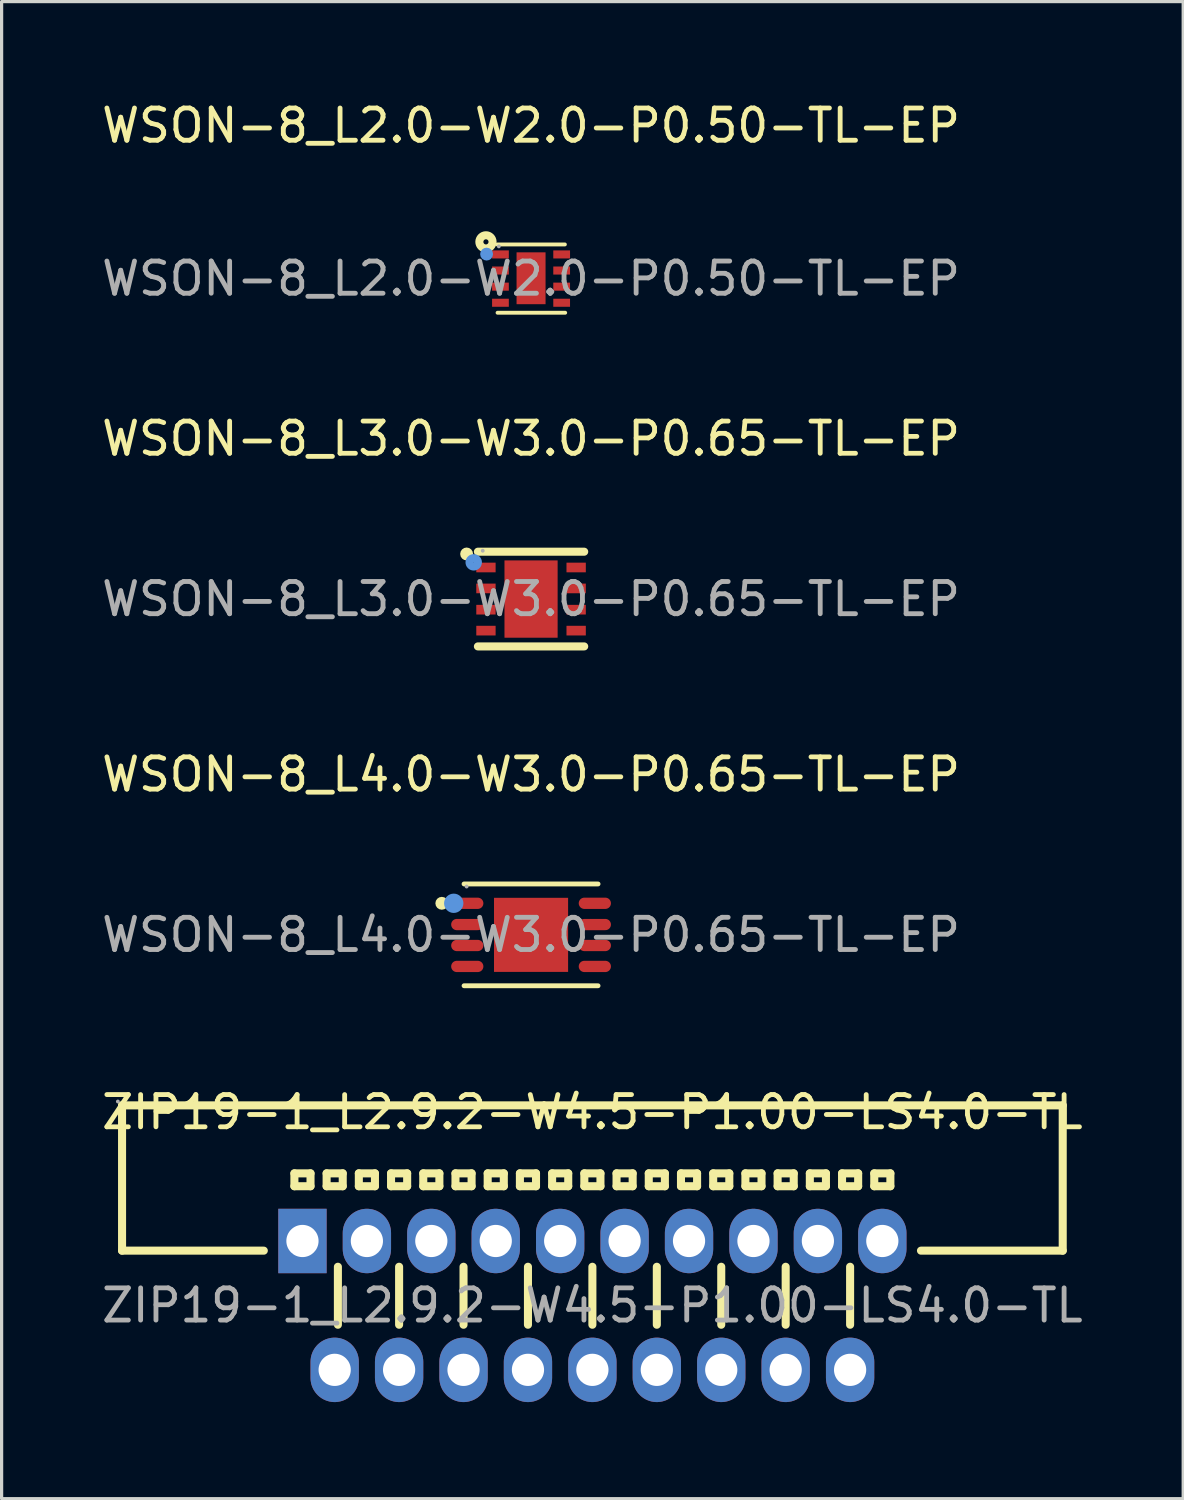
<source format=kicad_pcb>
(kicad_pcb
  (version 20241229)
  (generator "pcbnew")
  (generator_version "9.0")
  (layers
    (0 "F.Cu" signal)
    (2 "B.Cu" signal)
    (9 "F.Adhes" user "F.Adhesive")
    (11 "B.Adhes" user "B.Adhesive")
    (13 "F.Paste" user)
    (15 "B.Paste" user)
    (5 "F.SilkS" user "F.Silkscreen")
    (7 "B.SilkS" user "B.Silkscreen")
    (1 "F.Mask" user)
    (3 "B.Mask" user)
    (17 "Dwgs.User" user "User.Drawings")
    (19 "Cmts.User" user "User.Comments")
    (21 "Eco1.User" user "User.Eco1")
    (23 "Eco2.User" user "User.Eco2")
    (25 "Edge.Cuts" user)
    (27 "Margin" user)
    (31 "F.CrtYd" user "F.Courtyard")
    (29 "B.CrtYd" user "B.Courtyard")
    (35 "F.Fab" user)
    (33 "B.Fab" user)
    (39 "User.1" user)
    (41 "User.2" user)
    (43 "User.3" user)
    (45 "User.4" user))
  (footprint "WSON-8_L4.0-W3.0-P0.65-TL-EP"
    (layer "F.Cu")
    (at 13.435 25.97)
    (property "Reference" "WSON-8_L4.0-W3.0-P0.65-TL-EP" (at 0 -4.98 0) (layer "F.SilkS") (effects (font (size 1 1) (thickness 0.15))))
    (attr through_hole)
    (fp_line (start -2.08 -1.58) (end 2.08 -1.58) (stroke (width 0.15) (type solid)) (layer "F.SilkS"))
    (fp_line (start 2.08 1.58) (end -2.08 1.58) (stroke (width 0.15) (type solid)) (layer "F.SilkS"))
    (fp_circle (center -2.77 -0.98) (end -2.67 -0.98) (stroke (width 0.2) (type solid)) (fill no) (layer "F.SilkS"))
    (fp_circle (center -2.4 -0.98) (end -2.25 -0.98) (stroke (width 0.3) (type solid)) (fill no) (layer "Cmts.User"))
    (fp_circle (center -2 -1.5) (end -1.97 -1.5) (stroke (width 0.06) (type solid)) (fill no) (layer "F.Fab"))
    (fp_text user "${REFERENCE}" (at 0 0 0) (layer "F.Fab") (effects (font (size 1 1) (thickness 0.15))))
    (pad "1" smd oval (at -1.98 -0.98 270) (size 0.35 1) (layers "F.Cu" "F.Mask" "F.Paste"))
    (pad "2" smd oval (at -1.98 -0.32 270) (size 0.35 1) (layers "F.Cu" "F.Mask" "F.Paste"))
    (pad "3" smd oval (at -1.98 0.33 270) (size 0.35 1) (layers "F.Cu" "F.Mask" "F.Paste"))
    (pad "4" smd oval (at -1.98 0.98 270) (size 0.35 1) (layers "F.Cu" "F.Mask" "F.Paste"))
    (pad "5" smd oval (at 1.98 0.98 270) (size 0.35 1) (layers "F.Cu" "F.Mask" "F.Paste"))
    (pad "6" smd oval (at 1.98 0.33 270) (size 0.35 1) (layers "F.Cu" "F.Mask" "F.Paste"))
    (pad "7" smd oval (at 1.98 -0.32 270) (size 0.35 1) (layers "F.Cu" "F.Mask" "F.Paste"))
    (pad "8" smd oval (at 1.98 -0.98 270) (size 0.35 1) (layers "F.Cu" "F.Mask" "F.Paste"))
    (pad "9" smd rect (at 0 0) (size 2.3 2.3) (layers "F.Cu" "F.Mask" "F.Paste")))
  (footprint "WSON-8_L3.0-W3.0-P0.65-TL-EP"
    (layer "F.Cu")
    (at 13.435 15.546)
    (property "Reference" "WSON-8_L3.0-W3.0-P0.65-TL-EP" (at 0 -4.98 0) (layer "F.SilkS") (effects (font (size 1 1) (thickness 0.15))))
    (attr through_hole)
    (fp_line (start -1.65 -1.47) (end 1.65 -1.47) (stroke (width 0.25) (type solid)) (layer "F.SilkS"))
    (fp_line (start 1.65 1.47) (end -1.65 1.47) (stroke (width 0.25) (type solid)) (layer "F.SilkS"))
    (fp_arc (start -2 -1.4) (mid -2 -1.4) (end -2 -1.4) (stroke (width 0.2) (type solid)) (layer "F.SilkS"))
    (fp_circle (center -1.78 -1.14) (end -1.65 -1.14) (stroke (width 0.25) (type solid)) (fill no) (layer "Cmts.User"))
    (fp_circle (center -1.5 -1.5) (end -1.47 -1.5) (stroke (width 0.06) (type solid)) (fill no) (layer "F.Fab"))
    (fp_text user "${REFERENCE}" (at 0 0 0) (layer "F.Fab") (effects (font (size 1 1) (thickness 0.15))))
    (pad "1" smd rect (at -1.4 -0.98 270) (size 0.3 0.6) (layers "F.Cu" "F.Mask" "F.Paste"))
    (pad "2" smd rect (at -1.4 -0.33 270) (size 0.3 0.6) (layers "F.Cu" "F.Mask" "F.Paste"))
    (pad "3" smd rect (at -1.4 0.33 270) (size 0.3 0.6) (layers "F.Cu" "F.Mask" "F.Paste"))
    (pad "4" smd rect (at -1.4 0.98 270) (size 0.3 0.6) (layers "F.Cu" "F.Mask" "F.Paste"))
    (pad "5" smd rect (at 1.4 0.98 90) (size 0.3 0.6) (layers "F.Cu" "F.Mask" "F.Paste"))
    (pad "6" smd rect (at 1.4 0.33 90) (size 0.3 0.6) (layers "F.Cu" "F.Mask" "F.Paste"))
    (pad "7" smd rect (at 1.4 -0.33 90) (size 0.3 0.6) (layers "F.Cu" "F.Mask" "F.Paste"))
    (pad "8" smd rect (at 1.4 -0.98 90) (size 0.3 0.6) (layers "F.Cu" "F.Mask" "F.Paste"))
    (pad "9" smd rect (at 0 0 270) (size 2.4 1.65) (layers "F.Cu" "F.Mask" "F.Paste")))
  (footprint "ZIP19-1_L2.9.2-W4.5-P1.00-LS4.0-TL"
    (layer "F.Cu")
    (at 15.339 37.473)
    (property "Reference" "ZIP19-1_L2.9.2-W4.5-P1.00-LS4.0-TL" (at 0 -6 0) (layer "F.SilkS") (effects (font (size 1 1) (thickness 0.15))))
    (attr through_hole)
    (fp_line (start -14.6 -6.21) (end 14.6 -6.21) (stroke (width 0.25) (type solid)) (layer "F.SilkS"))
    (fp_line (start -14.6 -1.7) (end -14.6 -6.21) (stroke (width 0.25) (type solid)) (layer "F.SilkS"))
    (fp_line (start -10.2 -1.7) (end -14.6 -1.7) (stroke (width 0.25) (type solid)) (layer "F.SilkS"))
    (fp_line (start -9.25 -4.1) (end -8.75 -4.1) (stroke (width 0.25) (type solid)) (layer "F.SilkS"))
    (fp_line (start -9.25 -3.7) (end -9.25 -4.1) (stroke (width 0.25) (type solid)) (layer "F.SilkS"))
    (fp_line (start -8.75 -4.1) (end -8.75 -3.7) (stroke (width 0.25) (type solid)) (layer "F.SilkS"))
    (fp_line (start -8.75 -3.7) (end -9.25 -3.7) (stroke (width 0.25) (type solid)) (layer "F.SilkS"))
    (fp_line (start -8.25 -4.1) (end -8.25 -3.7) (stroke (width 0.25) (type solid)) (layer "F.SilkS"))
    (fp_line (start -8.25 -3.7) (end -7.75 -3.7) (stroke (width 0.25) (type solid)) (layer "F.SilkS"))
    (fp_line (start -7.9 0.6) (end -7.9 -1.2) (stroke (width 0.25) (type solid)) (layer "F.SilkS"))
    (fp_line (start -7.75 -4.1) (end -8.25 -4.1) (stroke (width 0.25) (type solid)) (layer "F.SilkS"))
    (fp_line (start -7.75 -3.7) (end -7.75 -4.1) (stroke (width 0.25) (type solid)) (layer "F.SilkS"))
    (fp_line (start -7.25 -4.1) (end -6.75 -4.1) (stroke (width 0.25) (type solid)) (layer "F.SilkS"))
    (fp_line (start -7.25 -3.7) (end -7.25 -4.1) (stroke (width 0.25) (type solid)) (layer "F.SilkS"))
    (fp_line (start -6.75 -4.1) (end -6.75 -3.7) (stroke (width 0.25) (type solid)) (layer "F.SilkS"))
    (fp_line (start -6.75 -3.7) (end -7.25 -3.7) (stroke (width 0.25) (type solid)) (layer "F.SilkS"))
    (fp_line (start -6.25 -4.1) (end -6.25 -3.7) (stroke (width 0.25) (type solid)) (layer "F.SilkS"))
    (fp_line (start -6.25 -3.7) (end -5.75 -3.7) (stroke (width 0.25) (type solid)) (layer "F.SilkS"))
    (fp_line (start -6 0.6) (end -6 -1.2) (stroke (width 0.25) (type solid)) (layer "F.SilkS"))
    (fp_line (start -5.75 -4.1) (end -6.25 -4.1) (stroke (width 0.25) (type solid)) (layer "F.SilkS"))
    (fp_line (start -5.75 -3.7) (end -5.75 -4.1) (stroke (width 0.25) (type solid)) (layer "F.SilkS"))
    (fp_line (start -5.25 -4.1) (end -4.75 -4.1) (stroke (width 0.25) (type solid)) (layer "F.SilkS"))
    (fp_line (start -5.25 -3.7) (end -5.25 -4.1) (stroke (width 0.25) (type solid)) (layer "F.SilkS"))
    (fp_line (start -4.75 -4.1) (end -4.75 -3.7) (stroke (width 0.25) (type solid)) (layer "F.SilkS"))
    (fp_line (start -4.75 -3.7) (end -5.25 -3.7) (stroke (width 0.25) (type solid)) (layer "F.SilkS"))
    (fp_line (start -4.25 -4.1) (end -4.25 -3.7) (stroke (width 0.25) (type solid)) (layer "F.SilkS"))
    (fp_line (start -4.25 -3.7) (end -3.75 -3.7) (stroke (width 0.25) (type solid)) (layer "F.SilkS"))
    (fp_line (start -4 0.6) (end -4 -1.2) (stroke (width 0.25) (type solid)) (layer "F.SilkS"))
    (fp_line (start -3.75 -4.1) (end -4.25 -4.1) (stroke (width 0.25) (type solid)) (layer "F.SilkS"))
    (fp_line (start -3.75 -3.7) (end -3.75 -4.1) (stroke (width 0.25) (type solid)) (layer "F.SilkS"))
    (fp_line (start -3.25 -4.1) (end -2.75 -4.1) (stroke (width 0.25) (type solid)) (layer "F.SilkS"))
    (fp_line (start -3.25 -3.7) (end -3.25 -4.1) (stroke (width 0.25) (type solid)) (layer "F.SilkS"))
    (fp_line (start -2.75 -4.1) (end -2.75 -3.7) (stroke (width 0.25) (type solid)) (layer "F.SilkS"))
    (fp_line (start -2.75 -3.7) (end -3.25 -3.7) (stroke (width 0.25) (type solid)) (layer "F.SilkS"))
    (fp_line (start -2.25 -4.1) (end -2.25 -3.7) (stroke (width 0.25) (type solid)) (layer "F.SilkS"))
    (fp_line (start -2.25 -3.7) (end -1.75 -3.7) (stroke (width 0.25) (type solid)) (layer "F.SilkS"))
    (fp_line (start -2 0.6) (end -2 -1.2) (stroke (width 0.25) (type solid)) (layer "F.SilkS"))
    (fp_line (start -1.75 -4.1) (end -2.25 -4.1) (stroke (width 0.25) (type solid)) (layer "F.SilkS"))
    (fp_line (start -1.75 -3.7) (end -1.75 -4.1) (stroke (width 0.25) (type solid)) (layer "F.SilkS"))
    (fp_line (start -1.25 -4.1) (end -1.25 -3.7) (stroke (width 0.25) (type solid)) (layer "F.SilkS"))
    (fp_line (start -1.25 -3.7) (end -0.75 -3.7) (stroke (width 0.25) (type solid)) (layer "F.SilkS"))
    (fp_line (start -0.75 -4.1) (end -1.25 -4.1) (stroke (width 0.25) (type solid)) (layer "F.SilkS"))
    (fp_line (start -0.75 -3.7) (end -0.75 -4.1) (stroke (width 0.25) (type solid)) (layer "F.SilkS"))
    (fp_line (start -0.25 -4.1) (end 0.25 -4.1) (stroke (width 0.25) (type solid)) (layer "F.SilkS"))
    (fp_line (start -0.25 -3.7) (end -0.25 -4.1) (stroke (width 0.25) (type solid)) (layer "F.SilkS"))
    (fp_line (start 0 0.6) (end 0 -1.2) (stroke (width 0.25) (type solid)) (layer "F.SilkS"))
    (fp_line (start 0.25 -4.1) (end 0.25 -3.7) (stroke (width 0.25) (type solid)) (layer "F.SilkS"))
    (fp_line (start 0.25 -3.7) (end -0.25 -3.7) (stroke (width 0.25) (type solid)) (layer "F.SilkS"))
    (fp_line (start 0.75 -4.1) (end 1.25 -4.1) (stroke (width 0.25) (type solid)) (layer "F.SilkS"))
    (fp_line (start 0.75 -3.7) (end 0.75 -4.1) (stroke (width 0.25) (type solid)) (layer "F.SilkS"))
    (fp_line (start 1.25 -4.1) (end 1.25 -3.7) (stroke (width 0.25) (type solid)) (layer "F.SilkS"))
    (fp_line (start 1.25 -3.7) (end 0.75 -3.7) (stroke (width 0.25) (type solid)) (layer "F.SilkS"))
    (fp_line (start 1.75 -4.1) (end 1.75 -3.7) (stroke (width 0.25) (type solid)) (layer "F.SilkS"))
    (fp_line (start 1.75 -3.7) (end 2.25 -3.7) (stroke (width 0.25) (type solid)) (layer "F.SilkS"))
    (fp_line (start 2 0.6) (end 2 -1.2) (stroke (width 0.25) (type solid)) (layer "F.SilkS"))
    (fp_line (start 2.25 -4.1) (end 1.75 -4.1) (stroke (width 0.25) (type solid)) (layer "F.SilkS"))
    (fp_line (start 2.25 -3.7) (end 2.25 -4.1) (stroke (width 0.25) (type solid)) (layer "F.SilkS"))
    (fp_line (start 2.75 -4.1) (end 3.25 -4.1) (stroke (width 0.25) (type solid)) (layer "F.SilkS"))
    (fp_line (start 2.75 -3.7) (end 2.75 -4.1) (stroke (width 0.25) (type solid)) (layer "F.SilkS"))
    (fp_line (start 3.25 -4.1) (end 3.25 -3.7) (stroke (width 0.25) (type solid)) (layer "F.SilkS"))
    (fp_line (start 3.25 -3.7) (end 2.75 -3.7) (stroke (width 0.25) (type solid)) (layer "F.SilkS"))
    (fp_line (start 3.75 -4.1) (end 3.75 -3.7) (stroke (width 0.25) (type solid)) (layer "F.SilkS"))
    (fp_line (start 3.75 -3.7) (end 4.25 -3.7) (stroke (width 0.25) (type solid)) (layer "F.SilkS"))
    (fp_line (start 4 0.6) (end 4 -1.2) (stroke (width 0.25) (type solid)) (layer "F.SilkS"))
    (fp_line (start 4.25 -4.1) (end 3.75 -4.1) (stroke (width 0.25) (type solid)) (layer "F.SilkS"))
    (fp_line (start 4.25 -3.7) (end 4.25 -4.1) (stroke (width 0.25) (type solid)) (layer "F.SilkS"))
    (fp_line (start 4.75 -4.1) (end 5.25 -4.1) (stroke (width 0.25) (type solid)) (layer "F.SilkS"))
    (fp_line (start 4.75 -3.7) (end 4.75 -4.1) (stroke (width 0.25) (type solid)) (layer "F.SilkS"))
    (fp_line (start 5.25 -4.1) (end 5.25 -3.7) (stroke (width 0.25) (type solid)) (layer "F.SilkS"))
    (fp_line (start 5.25 -3.7) (end 4.75 -3.7) (stroke (width 0.25) (type solid)) (layer "F.SilkS"))
    (fp_line (start 5.75 -4.1) (end 5.75 -3.7) (stroke (width 0.25) (type solid)) (layer "F.SilkS"))
    (fp_line (start 5.75 -3.7) (end 6.25 -3.7) (stroke (width 0.25) (type solid)) (layer "F.SilkS"))
    (fp_line (start 6 0.6) (end 6 -1.2) (stroke (width 0.25) (type solid)) (layer "F.SilkS"))
    (fp_line (start 6.25 -4.1) (end 5.75 -4.1) (stroke (width 0.25) (type solid)) (layer "F.SilkS"))
    (fp_line (start 6.25 -3.7) (end 6.25 -4.1) (stroke (width 0.25) (type solid)) (layer "F.SilkS"))
    (fp_line (start 6.75 -4.1) (end 7.25 -4.1) (stroke (width 0.25) (type solid)) (layer "F.SilkS"))
    (fp_line (start 6.75 -3.7) (end 6.75 -4.1) (stroke (width 0.25) (type solid)) (layer "F.SilkS"))
    (fp_line (start 7.25 -4.1) (end 7.25 -3.7) (stroke (width 0.25) (type solid)) (layer "F.SilkS"))
    (fp_line (start 7.25 -3.7) (end 6.75 -3.7) (stroke (width 0.25) (type solid)) (layer "F.SilkS"))
    (fp_line (start 7.75 -4.1) (end 7.75 -3.7) (stroke (width 0.25) (type solid)) (layer "F.SilkS"))
    (fp_line (start 7.75 -3.7) (end 8.25 -3.7) (stroke (width 0.25) (type solid)) (layer "F.SilkS"))
    (fp_line (start 8 0.6) (end 8 -1.2) (stroke (width 0.25) (type solid)) (layer "F.SilkS"))
    (fp_line (start 8.25 -4.1) (end 7.75 -4.1) (stroke (width 0.25) (type solid)) (layer "F.SilkS"))
    (fp_line (start 8.25 -3.7) (end 8.25 -4.1) (stroke (width 0.25) (type solid)) (layer "F.SilkS"))
    (fp_line (start 8.75 -4.1) (end 9.25 -4.1) (stroke (width 0.25) (type solid)) (layer "F.SilkS"))
    (fp_line (start 8.75 -3.7) (end 8.75 -4.1) (stroke (width 0.25) (type solid)) (layer "F.SilkS"))
    (fp_line (start 9.25 -4.1) (end 9.25 -3.7) (stroke (width 0.25) (type solid)) (layer "F.SilkS"))
    (fp_line (start 9.25 -3.7) (end 8.75 -3.7) (stroke (width 0.25) (type solid)) (layer "F.SilkS"))
    (fp_line (start 14.6 -6.21) (end 14.6 -1.7) (stroke (width 0.25) (type solid)) (layer "F.SilkS"))
    (fp_line (start 14.6 -1.7) (end 10.2 -1.7) (stroke (width 0.25) (type solid)) (layer "F.SilkS"))
    (fp_circle (center -14.73 -6.33) (end -14.7 -6.33) (stroke (width 0.06) (type solid)) (fill no) (layer "F.Fab"))
    (fp_circle (center -9 -2) (end -8.8 -2) (stroke (width 0.4) (type solid)) (fill no) (layer "F.Fab"))
    (fp_circle (center -8 2) (end -7.8 2) (stroke (width 0.4) (type solid)) (fill no) (layer "F.Fab"))
    (fp_circle (center -7 -2) (end -6.8 -2) (stroke (width 0.4) (type solid)) (fill no) (layer "F.Fab"))
    (fp_circle (center -6 2) (end -5.8 2) (stroke (width 0.4) (type solid)) (fill no) (layer "F.Fab"))
    (fp_circle (center -5 -2) (end -4.8 -2) (stroke (width 0.4) (type solid)) (fill no) (layer "F.Fab"))
    (fp_circle (center -4 2) (end -3.8 2) (stroke (width 0.4) (type solid)) (fill no) (layer "F.Fab"))
    (fp_circle (center -3 -2) (end -2.8 -2) (stroke (width 0.4) (type solid)) (fill no) (layer "F.Fab"))
    (fp_circle (center -2 2) (end -1.8 2) (stroke (width 0.4) (type solid)) (fill no) (layer "F.Fab"))
    (fp_circle (center -1 -2) (end -0.8 -2) (stroke (width 0.4) (type solid)) (fill no) (layer "F.Fab"))
    (fp_circle (center 0 2) (end 0.2 2) (stroke (width 0.4) (type solid)) (fill no) (layer "F.Fab"))
    (fp_circle (center 1 -2) (end 1.2 -2) (stroke (width 0.4) (type solid)) (fill no) (layer "F.Fab"))
    (fp_circle (center 2 2) (end 2.2 2) (stroke (width 0.4) (type solid)) (fill no) (layer "F.Fab"))
    (fp_circle (center 3 -2) (end 3.2 -2) (stroke (width 0.4) (type solid)) (fill no) (layer "F.Fab"))
    (fp_circle (center 4 2) (end 4.2 2) (stroke (width 0.4) (type solid)) (fill no) (layer "F.Fab"))
    (fp_circle (center 5 -2) (end 5.2 -2) (stroke (width 0.4) (type solid)) (fill no) (layer "F.Fab"))
    (fp_circle (center 6 2) (end 6.2 2) (stroke (width 0.4) (type solid)) (fill no) (layer "F.Fab"))
    (fp_circle (center 7 -2) (end 7.2 -2) (stroke (width 0.4) (type solid)) (fill no) (layer "F.Fab"))
    (fp_circle (center 8 2) (end 8.2 2) (stroke (width 0.4) (type solid)) (fill no) (layer "F.Fab"))
    (fp_circle (center 9 -2) (end 9.2 -2) (stroke (width 0.4) (type solid)) (fill no) (layer "F.Fab"))
    (fp_text user "${REFERENCE}" (at 0 0 0) (layer "F.Fab") (effects (font (size 1 1) (thickness 0.15))))
    (pad "1" thru_hole rect (at -9 -2) (size 1.5 2) (drill 1) (layers "*.Cu" "*.Paste" "*.Mask"))
    (pad "2" thru_hole oval (at -8 2) (size 1.5 2) (drill 1) (layers "*.Cu" "*.Paste" "*.Mask"))
    (pad "3" thru_hole oval (at -7 -2) (size 1.5 2) (drill 1) (layers "*.Cu" "*.Paste" "*.Mask"))
    (pad "4" thru_hole oval (at -6 2) (size 1.5 2) (drill 1) (layers "*.Cu" "*.Paste" "*.Mask"))
    (pad "5" thru_hole oval (at -5 -2) (size 1.5 2) (drill 1) (layers "*.Cu" "*.Paste" "*.Mask"))
    (pad "6" thru_hole oval (at -4 2) (size 1.5 2) (drill 1) (layers "*.Cu" "*.Paste" "*.Mask"))
    (pad "7" thru_hole oval (at -3 -2) (size 1.5 2) (drill 1) (layers "*.Cu" "*.Paste" "*.Mask"))
    (pad "8" thru_hole oval (at -2 2) (size 1.5 2) (drill 1) (layers "*.Cu" "*.Paste" "*.Mask"))
    (pad "9" thru_hole oval (at -1 -2) (size 1.5 2) (drill 1) (layers "*.Cu" "*.Paste" "*.Mask"))
    (pad "10" thru_hole oval (at 0 2) (size 1.5 2) (drill 1) (layers "*.Cu" "*.Paste" "*.Mask"))
    (pad "11" thru_hole oval (at 1 -2) (size 1.5 2) (drill 1) (layers "*.Cu" "*.Paste" "*.Mask"))
    (pad "12" thru_hole oval (at 2 2) (size 1.5 2) (drill 1) (layers "*.Cu" "*.Paste" "*.Mask"))
    (pad "13" thru_hole oval (at 3 -2) (size 1.5 2) (drill 1) (layers "*.Cu" "*.Paste" "*.Mask"))
    (pad "14" thru_hole oval (at 4 2) (size 1.5 2) (drill 1) (layers "*.Cu" "*.Paste" "*.Mask"))
    (pad "15" thru_hole oval (at 5 -2) (size 1.5 2) (drill 1) (layers "*.Cu" "*.Paste" "*.Mask"))
    (pad "16" thru_hole oval (at 6 2) (size 1.5 2) (drill 1) (layers "*.Cu" "*.Paste" "*.Mask"))
    (pad "17" thru_hole oval (at 7 -2) (size 1.5 2) (drill 1) (layers "*.Cu" "*.Paste" "*.Mask"))
    (pad "18" thru_hole oval (at 8 2) (size 1.5 2) (drill 1) (layers "*.Cu" "*.Paste" "*.Mask"))
    (pad "19" thru_hole oval (at 9 -2) (size 1.5 2) (drill 1) (layers "*.Cu" "*.Paste" "*.Mask")))
  (footprint "WSON-8_L2.0-W2.0-P0.50-TL-EP"
    (layer "F.Cu")
    (at 13.435 5.598)
    (property "Reference" "WSON-8_L2.0-W2.0-P0.50-TL-EP" (at 0 -4.75 0) (layer "F.SilkS") (effects (font (size 1 1) (thickness 0.15))))
    (attr through_hole)
    (fp_line (start -1.04 1.06) (end 1.06 1.06) (stroke (width 0.12) (type solid)) (layer "F.SilkS"))
    (fp_line (start 1.05 -1.06) (end -1.05 -1.06) (stroke (width 0.12) (type solid)) (layer "F.SilkS"))
    (fp_circle (center -1.4 -1.14) (end -1.32 -1.14) (stroke (width 0.25) (type solid)) (fill no) (layer "F.SilkS"))
    (fp_circle (center -1.38 -0.76) (end -1.28 -0.76) (stroke (width 0.2) (type solid)) (fill no) (layer "Cmts.User"))
    (fp_circle (center -1 -1) (end -0.97 -1) (stroke (width 0.06) (type solid)) (fill no) (layer "F.Fab"))
    (fp_text user "${REFERENCE}" (at 0 0 0) (layer "F.Fab") (effects (font (size 1 1) (thickness 0.15))))
    (pad "1" smd rect (at -0.95 -0.75) (size 0.52 0.25) (layers "F.Cu" "F.Mask" "F.Paste"))
    (pad "2" smd rect (at -0.95 -0.25) (size 0.52 0.25) (layers "F.Cu" "F.Mask" "F.Paste"))
    (pad "3" smd rect (at -0.95 0.25) (size 0.52 0.25) (layers "F.Cu" "F.Mask" "F.Paste"))
    (pad "4" smd rect (at -0.95 0.75) (size 0.52 0.25) (layers "F.Cu" "F.Mask" "F.Paste"))
    (pad "5" smd rect (at 0.95 0.75) (size 0.52 0.25) (layers "F.Cu" "F.Mask" "F.Paste"))
    (pad "6" smd rect (at 0.95 0.25) (size 0.52 0.25) (layers "F.Cu" "F.Mask" "F.Paste"))
    (pad "7" smd rect (at 0.95 -0.25) (size 0.52 0.25) (layers "F.Cu" "F.Mask" "F.Paste"))
    (pad "8" smd rect (at 0.95 -0.75) (size 0.52 0.25) (layers "F.Cu" "F.Mask" "F.Paste"))
    (pad "9" smd rect (at 0 -0.01) (size 0.9 1.61) (layers "F.Cu" "F.Mask" "F.Paste")))
  (gr_rect
    (start -3 -3)
    (end 33.679 43.473)
    (stroke (width 0.1) (type default))
    (fill no)
    (layer "Edge.Cuts")))
</source>
